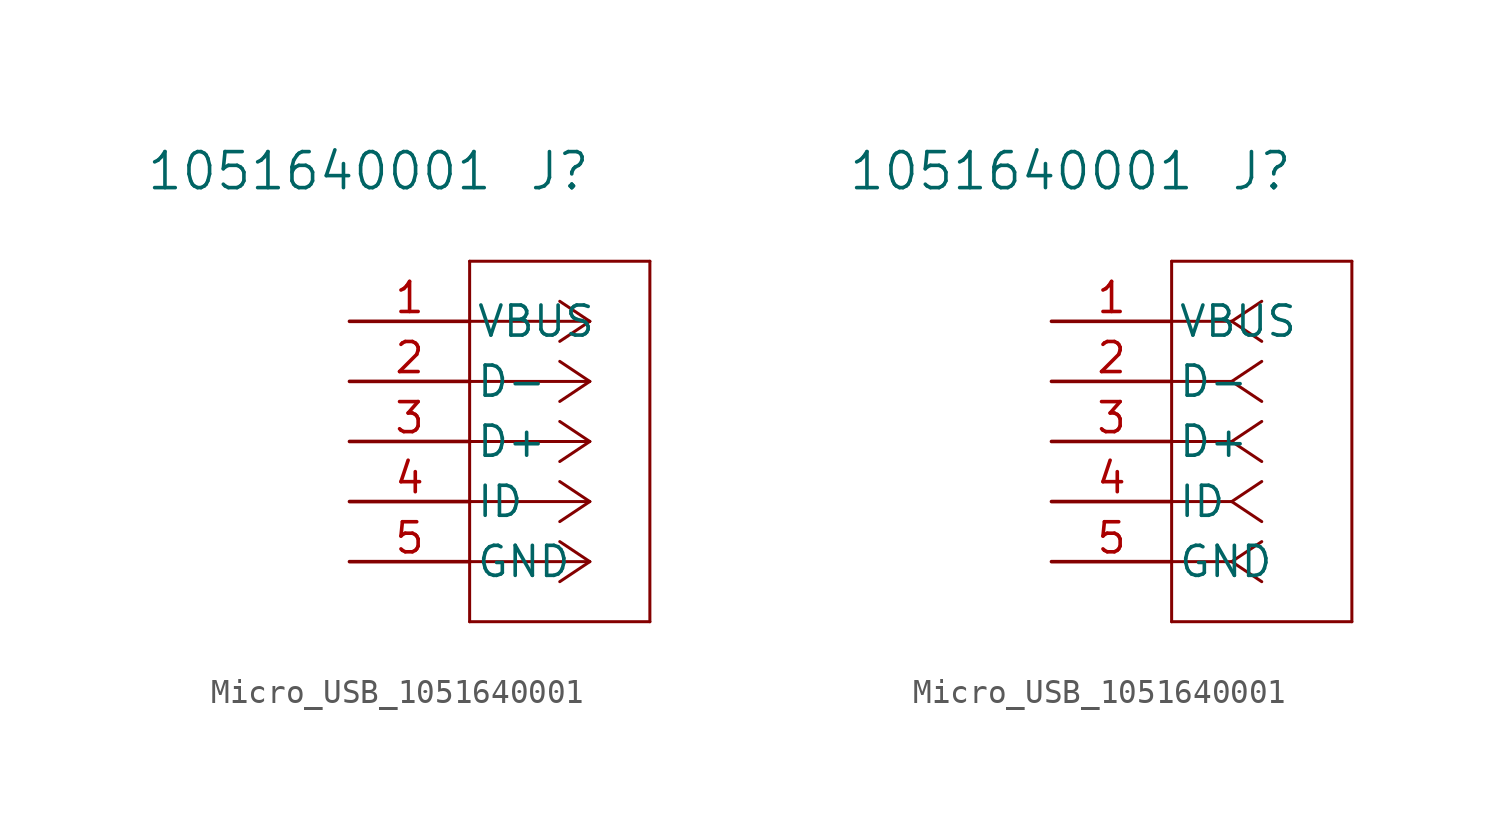
<source format=kicad_sym>
(kicad_symbol_lib
  (version 20220914)
  (generator kicad_symbol_editor)
  (symbol "Micro_USB_1051640001"
    (pin_names
      (offset 0.254))
    (property "Reference" "J"
      (at 8.89 6.35 0)
      (effects (font (size 1.524 1.524))))
    (property "Value" "1051640001"
      (at -1.27 6.35 0)
      (effects (font (size 1.524 1.524))))
    (property "ki_locked" ""
      (at 0 0 0)
      (effects (font (size 1.27 1.27))))
    (symbol "Micro_USB_1051640001_1_1"
      (polyline (pts (xy 5.08 -12.7) (xy 12.7 -12.7)) (stroke (width 0.127) (type default)) (fill (type none)))
      (polyline (pts (xy 5.08 2.54) (xy 5.08 -12.7)) (stroke (width 0.127) (type default)) (fill (type none)))
      (polyline (pts (xy 10.16 -10.16) (xy 5.08 -10.16)) (stroke (width 0.127) (type default)) (fill (type none)))
      (polyline (pts (xy 10.16 -10.16) (xy 8.89 -11.007)) (stroke (width 0.127) (type default)) (fill (type none)))
      (polyline (pts (xy 10.16 -10.16) (xy 8.89 -9.313)) (stroke (width 0.127) (type default)) (fill (type none)))
      (polyline (pts (xy 10.16 -7.62) (xy 5.08 -7.62)) (stroke (width 0.127) (type default)) (fill (type none)))
      (polyline (pts (xy 10.16 -7.62) (xy 8.89 -8.467)) (stroke (width 0.127) (type default)) (fill (type none)))
      (polyline (pts (xy 10.16 -7.62) (xy 8.89 -6.773)) (stroke (width 0.127) (type default)) (fill (type none)))
      (polyline (pts (xy 10.16 -5.08) (xy 5.08 -5.08)) (stroke (width 0.127) (type default)) (fill (type none)))
      (polyline (pts (xy 10.16 -5.08) (xy 8.89 -5.927)) (stroke (width 0.127) (type default)) (fill (type none)))
      (polyline (pts (xy 10.16 -5.08) (xy 8.89 -4.233)) (stroke (width 0.127) (type default)) (fill (type none)))
      (polyline (pts (xy 10.16 -2.54) (xy 5.08 -2.54)) (stroke (width 0.127) (type default)) (fill (type none)))
      (polyline (pts (xy 10.16 -2.54) (xy 8.89 -3.387)) (stroke (width 0.127) (type default)) (fill (type none)))
      (polyline (pts (xy 10.16 -2.54) (xy 8.89 -1.693)) (stroke (width 0.127) (type default)) (fill (type none)))
      (polyline (pts (xy 10.16 0) (xy 5.08 0)) (stroke (width 0.127) (type default)) (fill (type none)))
      (polyline (pts (xy 10.16 0) (xy 8.89 -0.847)) (stroke (width 0.127) (type default)) (fill (type none)))
      (polyline (pts (xy 10.16 0) (xy 8.89 0.847)) (stroke (width 0.127) (type default)) (fill (type none)))
      (polyline (pts (xy 12.7 -12.7) (xy 12.7 2.54)) (stroke (width 0.127) (type default)) (fill (type none)))
      (polyline (pts (xy 12.7 2.54) (xy 5.08 2.54)) (stroke (width 0.127) (type default)) (fill (type none)))
      (pin unspecified line (at 0 0 0) (length 5.08) (name "VBUS" (effects (font (size 1.27 1.27)))) (number "1" (effects (font (size 1.27 1.27)))))
      (pin unspecified line (at 0 -2.54 0) (length 5.08) (name "D-" (effects (font (size 1.27 1.27)))) (number "2" (effects (font (size 1.27 1.27)))))
      (pin unspecified line (at 0 -5.08 0) (length 5.08) (name "D+" (effects (font (size 1.27 1.27)))) (number "3" (effects (font (size 1.27 1.27)))))
      (pin unspecified line (at 0 -7.62 0) (length 5.08) (name "ID" (effects (font (size 1.27 1.27)))) (number "4" (effects (font (size 1.27 1.27)))))
      (pin power_out line (at 0 -10.16 0) (length 5.08) (name "GND" (effects (font (size 1.27 1.27)))) (number "5" (effects (font (size 1.27 1.27))))))
    (symbol "Micro_USB_1051640001_1_2"
      (polyline (pts (xy 5.08 -12.7) (xy 12.7 -12.7)) (stroke (width 0.127) (type default)) (fill (type none)))
      (polyline (pts (xy 5.08 2.54) (xy 5.08 -12.7)) (stroke (width 0.127) (type default)) (fill (type none)))
      (polyline (pts (xy 7.62 -10.16) (xy 5.08 -10.16)) (stroke (width 0.127) (type default)) (fill (type none)))
      (polyline (pts (xy 7.62 -10.16) (xy 8.89 -11.007)) (stroke (width 0.127) (type default)) (fill (type none)))
      (polyline (pts (xy 7.62 -10.16) (xy 8.89 -9.313)) (stroke (width 0.127) (type default)) (fill (type none)))
      (polyline (pts (xy 7.62 -7.62) (xy 5.08 -7.62)) (stroke (width 0.127) (type default)) (fill (type none)))
      (polyline (pts (xy 7.62 -7.62) (xy 8.89 -8.467)) (stroke (width 0.127) (type default)) (fill (type none)))
      (polyline (pts (xy 7.62 -7.62) (xy 8.89 -6.773)) (stroke (width 0.127) (type default)) (fill (type none)))
      (polyline (pts (xy 7.62 -5.08) (xy 5.08 -5.08)) (stroke (width 0.127) (type default)) (fill (type none)))
      (polyline (pts (xy 7.62 -5.08) (xy 8.89 -5.927)) (stroke (width 0.127) (type default)) (fill (type none)))
      (polyline (pts (xy 7.62 -5.08) (xy 8.89 -4.233)) (stroke (width 0.127) (type default)) (fill (type none)))
      (polyline (pts (xy 7.62 -2.54) (xy 5.08 -2.54)) (stroke (width 0.127) (type default)) (fill (type none)))
      (polyline (pts (xy 7.62 -2.54) (xy 8.89 -3.387)) (stroke (width 0.127) (type default)) (fill (type none)))
      (polyline (pts (xy 7.62 -2.54) (xy 8.89 -1.693)) (stroke (width 0.127) (type default)) (fill (type none)))
      (polyline (pts (xy 7.62 0) (xy 5.08 0)) (stroke (width 0.127) (type default)) (fill (type none)))
      (polyline (pts (xy 7.62 0) (xy 8.89 -0.847)) (stroke (width 0.127) (type default)) (fill (type none)))
      (polyline (pts (xy 7.62 0) (xy 8.89 0.847)) (stroke (width 0.127) (type default)) (fill (type none)))
      (polyline (pts (xy 12.7 -12.7) (xy 12.7 2.54)) (stroke (width 0.127) (type default)) (fill (type none)))
      (polyline (pts (xy 12.7 2.54) (xy 5.08 2.54)) (stroke (width 0.127) (type default)) (fill (type none)))
      (pin unspecified line (at 0 0 0) (length 5.08) (name "VBUS" (effects (font (size 1.27 1.27)))) (number "1" (effects (font (size 1.27 1.27)))))
      (pin unspecified line (at 0 -2.54 0) (length 5.08) (name "D-" (effects (font (size 1.27 1.27)))) (number "2" (effects (font (size 1.27 1.27)))))
      (pin unspecified line (at 0 -5.08 0) (length 5.08) (name "D+" (effects (font (size 1.27 1.27)))) (number "3" (effects (font (size 1.27 1.27)))))
      (pin unspecified line (at 0 -7.62 0) (length 5.08) (name "ID" (effects (font (size 1.27 1.27)))) (number "4" (effects (font (size 1.27 1.27)))))
      (pin power_out line (at 0 -10.16 0) (length 5.08) (name "GND" (effects (font (size 1.27 1.27)))) (number "5" (effects (font (size 1.27 1.27))))))))
</source>
